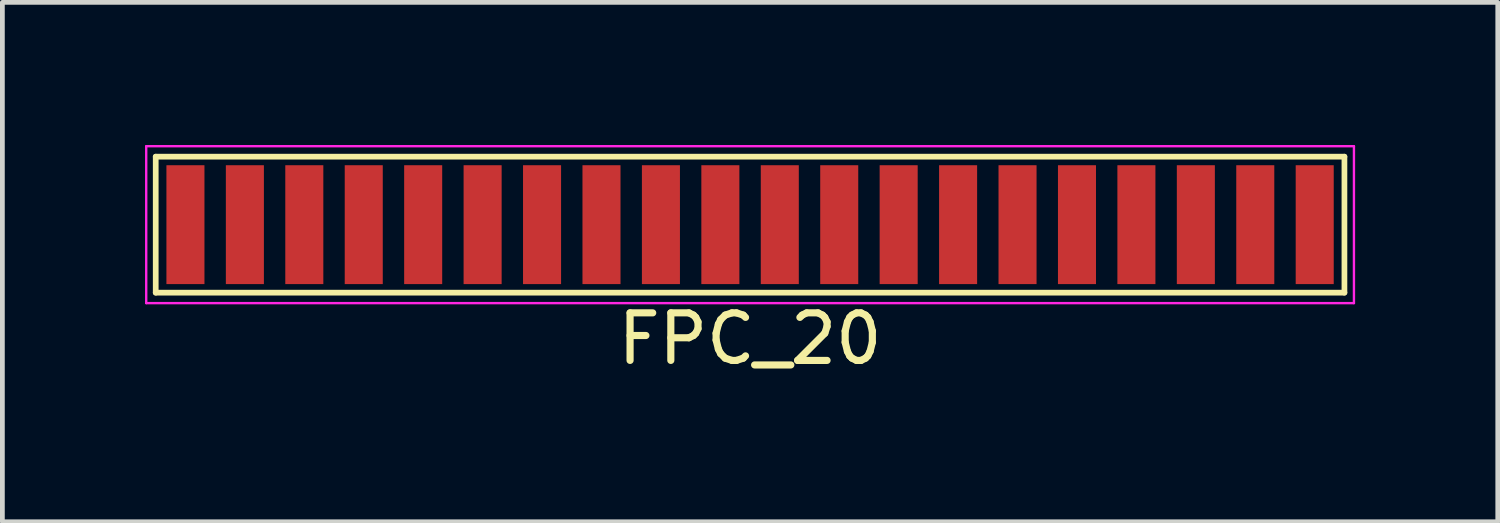
<source format=kicad_pcb>
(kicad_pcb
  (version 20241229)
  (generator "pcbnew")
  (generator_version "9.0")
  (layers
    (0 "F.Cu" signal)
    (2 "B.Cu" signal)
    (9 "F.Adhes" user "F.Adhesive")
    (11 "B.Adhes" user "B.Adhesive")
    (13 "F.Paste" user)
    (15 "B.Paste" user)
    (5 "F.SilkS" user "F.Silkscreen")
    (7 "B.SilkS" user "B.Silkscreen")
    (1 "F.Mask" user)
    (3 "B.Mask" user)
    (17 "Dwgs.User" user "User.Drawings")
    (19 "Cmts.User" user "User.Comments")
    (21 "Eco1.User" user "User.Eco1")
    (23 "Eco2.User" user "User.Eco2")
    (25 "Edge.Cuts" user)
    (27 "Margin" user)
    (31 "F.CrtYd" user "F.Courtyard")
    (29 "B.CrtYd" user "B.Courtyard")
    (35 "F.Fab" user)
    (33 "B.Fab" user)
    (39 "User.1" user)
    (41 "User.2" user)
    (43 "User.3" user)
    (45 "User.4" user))
  (footprint "FPC_20"
    (layer "F.Cu")
    (at 12.725 1.675)
    (property "Reference" "FPC_20" (at 0 2.4 0) (layer "F.SilkS") (effects (font (size 1 1) (thickness 0.15))))
    (attr through_hole)
    (fp_line (start -12.5 -1.43) (end 12.5 -1.43) (stroke (width 0.12) (type solid)) (layer "F.SilkS"))
    (fp_line (start -12.5 1.43) (end -12.5 -1.43) (stroke (width 0.12) (type solid)) (layer "F.SilkS"))
    (fp_line (start -12.5 1.43) (end 12.5 1.43) (stroke (width 0.12) (type solid)) (layer "F.SilkS"))
    (fp_line (start 12.5 1.43) (end 12.5 -1.43) (stroke (width 0.12) (type solid)) (layer "F.SilkS"))
    (fp_line (start -12.7 -1.65) (end -12.7 1.65) (stroke (width 0.05) (type solid)) (layer "F.CrtYd"))
    (fp_line (start -12.7 -1.65) (end 12.7 -1.65) (stroke (width 0.05) (type solid)) (layer "F.CrtYd"))
    (fp_line (start -12.7 1.65) (end 12.7 1.65) (stroke (width 0.05) (type solid)) (layer "F.CrtYd"))
    (fp_line (start 12.7 -1.65) (end 12.7 1.65) (stroke (width 0.05) (type solid)) (layer "F.CrtYd"))
    (pad "1" smd rect (at -11.875 0) (size 0.8 2.5) (layers "F.Cu" "F.Mask" "F.Paste"))
    (pad "2" smd rect (at -10.625 0) (size 0.8 2.5) (layers "F.Cu" "F.Mask" "F.Paste"))
    (pad "3" smd rect (at -9.375 0) (size 0.8 2.5) (layers "F.Cu" "F.Mask" "F.Paste"))
    (pad "4" smd rect (at -8.125 0) (size 0.8 2.5) (layers "F.Cu" "F.Mask" "F.Paste"))
    (pad "5" smd rect (at -6.875 0) (size 0.8 2.5) (layers "F.Cu" "F.Mask" "F.Paste"))
    (pad "6" smd rect (at -5.625 0) (size 0.8 2.5) (layers "F.Cu" "F.Mask" "F.Paste"))
    (pad "7" smd rect (at -4.375 0) (size 0.8 2.5) (layers "F.Cu" "F.Mask" "F.Paste"))
    (pad "8" smd rect (at -3.125 0) (size 0.8 2.5) (layers "F.Cu" "F.Mask" "F.Paste"))
    (pad "9" smd rect (at -1.875 0) (size 0.8 2.5) (layers "F.Cu" "F.Mask" "F.Paste"))
    (pad "10" smd rect (at -0.625 0) (size 0.8 2.5) (layers "F.Cu" "F.Mask" "F.Paste"))
    (pad "11" smd rect (at 0.625 0) (size 0.8 2.5) (layers "F.Cu" "F.Mask" "F.Paste"))
    (pad "12" smd rect (at 1.875 0) (size 0.8 2.5) (layers "F.Cu" "F.Mask" "F.Paste"))
    (pad "13" smd rect (at 3.125 0) (size 0.8 2.5) (layers "F.Cu" "F.Mask" "F.Paste"))
    (pad "14" smd rect (at 4.375 0) (size 0.8 2.5) (layers "F.Cu" "F.Mask" "F.Paste"))
    (pad "15" smd rect (at 5.625 0) (size 0.8 2.5) (layers "F.Cu" "F.Mask" "F.Paste"))
    (pad "16" smd rect (at 6.875 0) (size 0.8 2.5) (layers "F.Cu" "F.Mask" "F.Paste"))
    (pad "17" smd rect (at 8.125 0) (size 0.8 2.5) (layers "F.Cu" "F.Mask" "F.Paste"))
    (pad "18" smd rect (at 9.375 0) (size 0.8 2.5) (layers "F.Cu" "F.Mask" "F.Paste"))
    (pad "19" smd rect (at 10.625 0) (size 0.8 2.5) (layers "F.Cu" "F.Mask" "F.Paste"))
    (pad "20" smd rect (at 11.875 0) (size 0.8 2.5) (layers "F.Cu" "F.Mask" "F.Paste")))
  (gr_rect
    (start -3 -3)
    (end 28.45 7.923)
    (stroke (width 0.1) (type default))
    (fill no)
    (layer "Edge.Cuts")))
</source>
